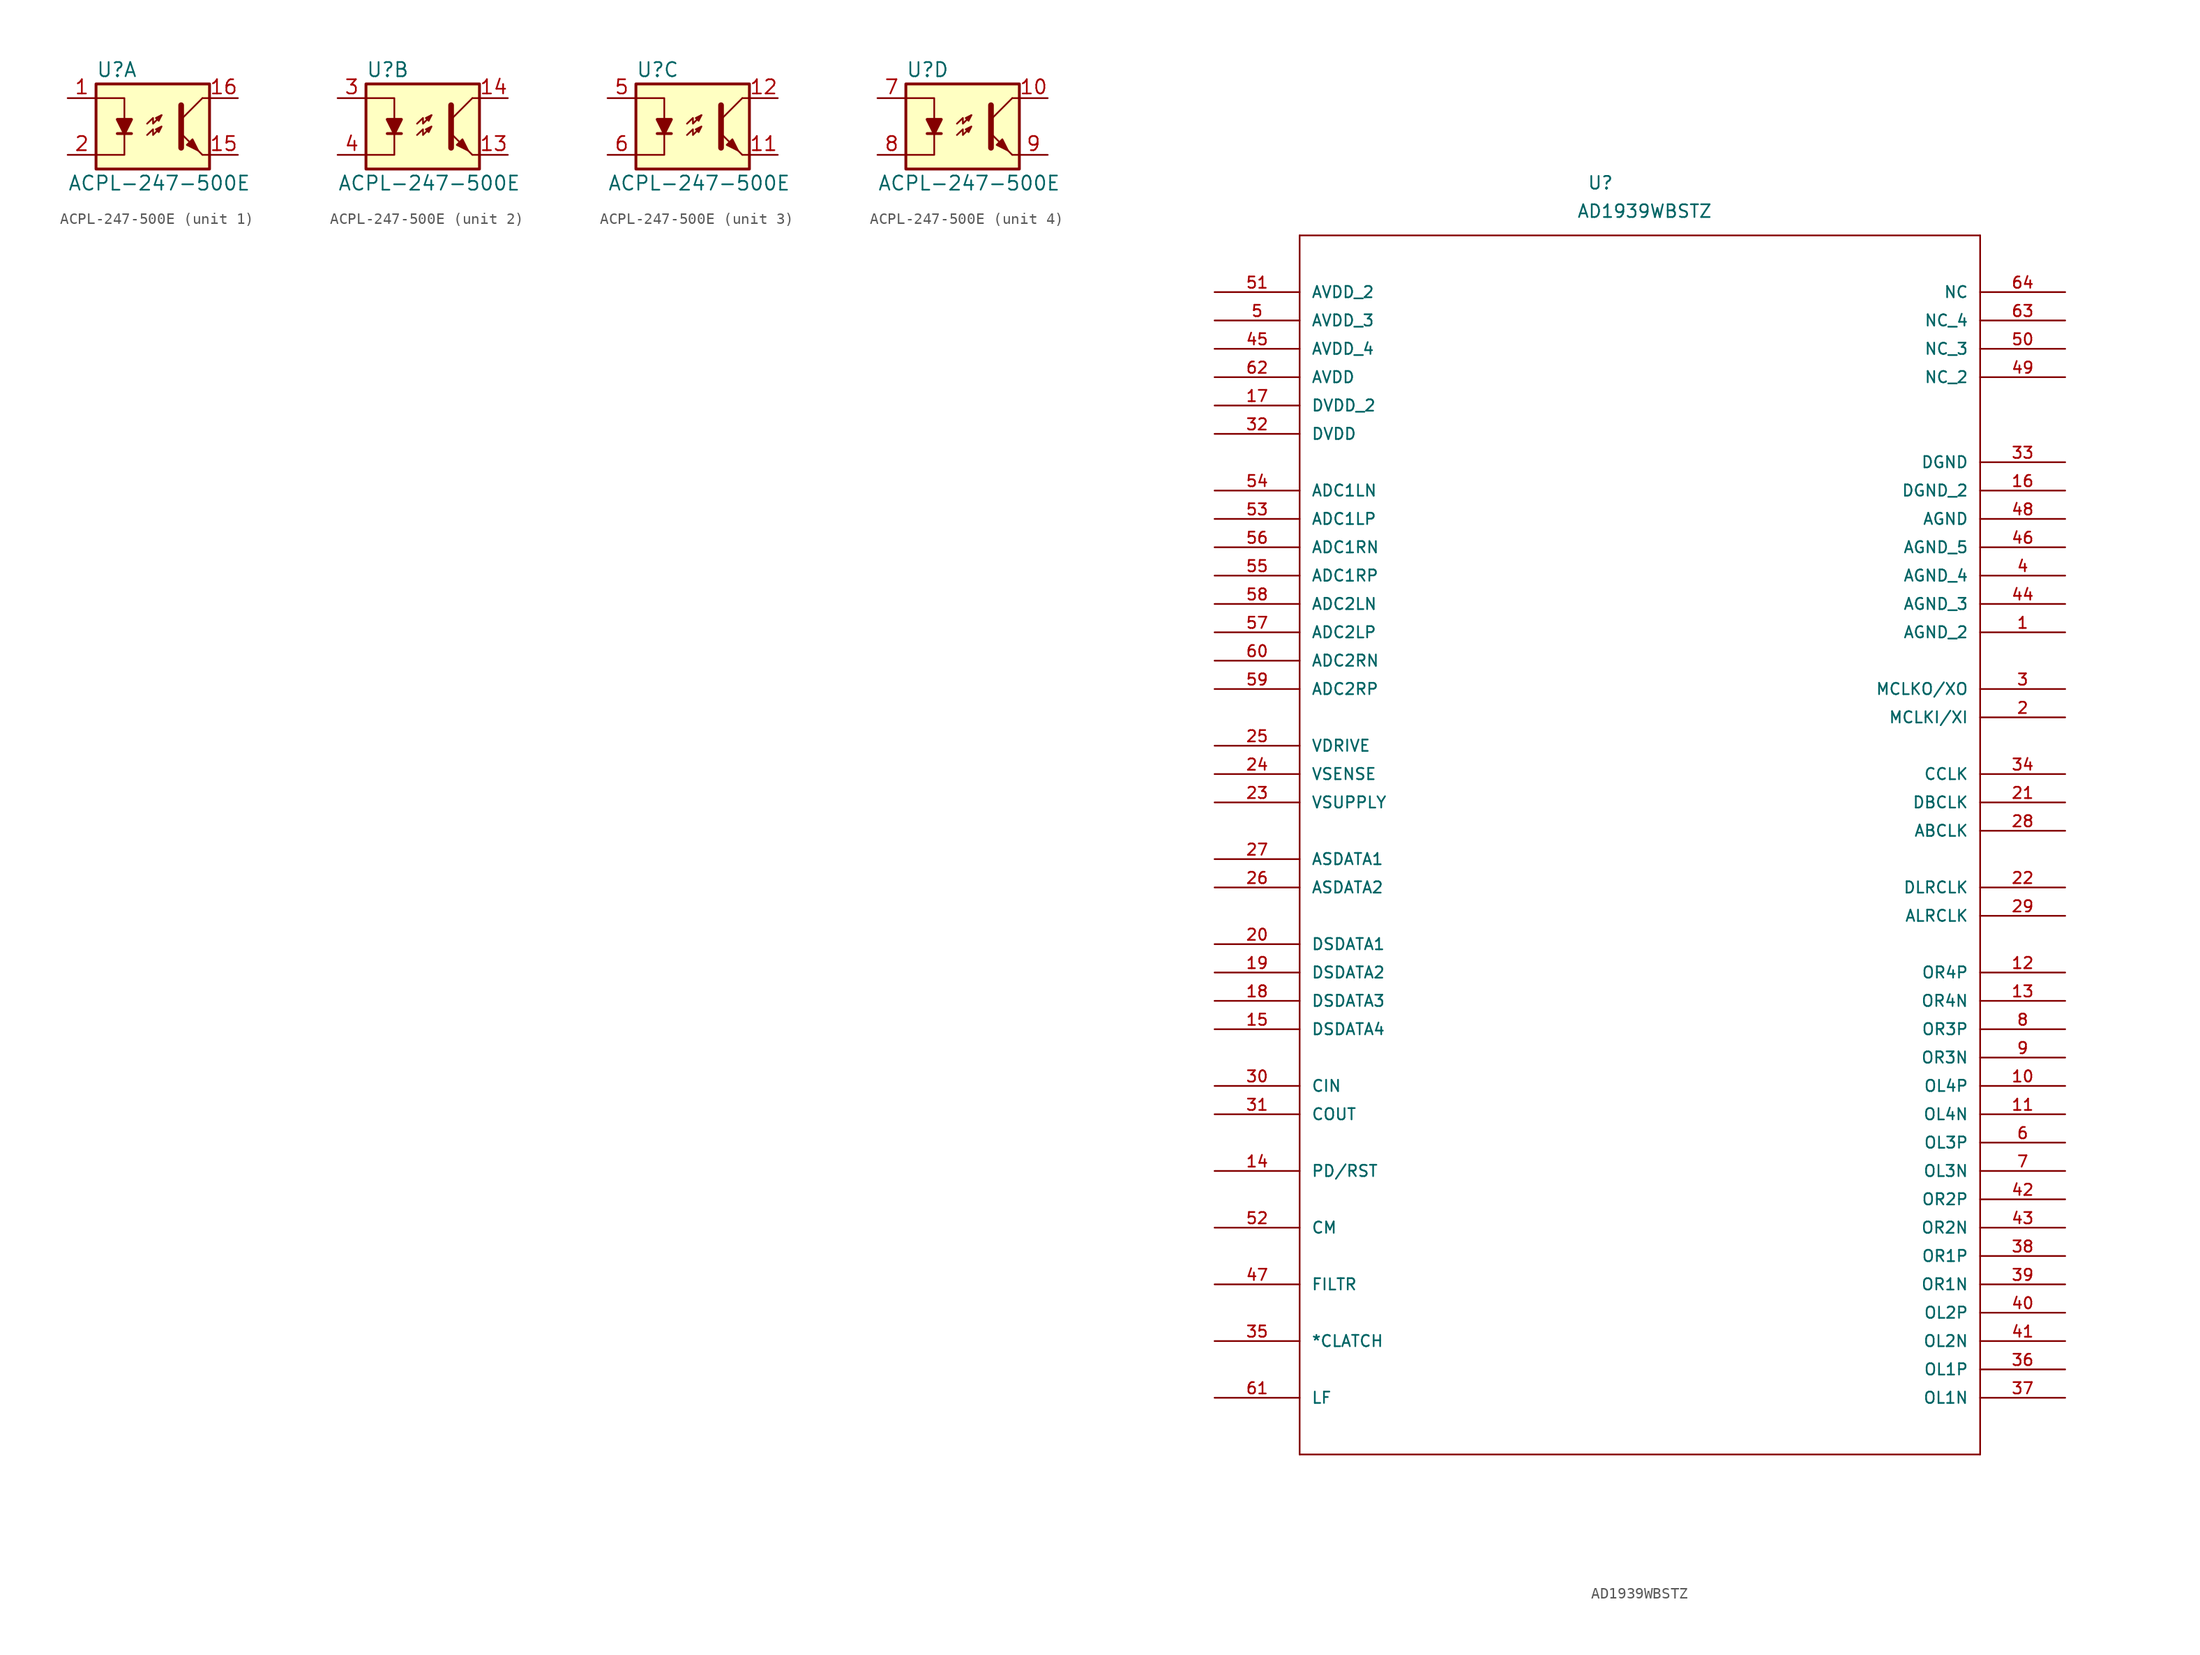
<source format=kicad_sym>
(kicad_symbol_lib
  (version 20211014)
  (generator kicad_symbol_editor)
  (symbol "ACPL-247-500E"
    (pin_names
      (offset 1.016))
    (property "Reference" "U"
      (at -5.08 5.08 0)
      (effects (font (size 1.27 1.27)) (justify left)))
    (property "Value" "ACPL-247-500E"
      (at -7.62 -5.08 0)
      (effects (font (size 1.27 1.27)) (justify left)))
    (property "Footprint" ""
      (at 0 0 0)
      (effects (font (size 1.27 1.27)) (justify left)))
    (property "Datasheet" ""
      (at 0 0 0)
      (effects (font (size 1.27 1.27)) (justify left)))
    (symbol "ACPL-247-500E_0_1"
      (rectangle (start -5.08 3.81) (end 5.08 -3.81) (stroke (width 0.254) (type default) (color 0 0 0 0)) (fill (type background)))
      (polyline (pts (xy -3.175 -0.635) (xy -1.905 -0.635)) (stroke (width 0.254) (type default) (color 0 0 0 0)) (fill (type none)))
      (polyline (pts (xy 2.54 0.635) (xy 4.445 2.54)) (stroke (width 0) (type default) (color 0 0 0 0)) (fill (type none)))
      (polyline (pts (xy 4.445 -2.54) (xy 2.54 -0.635)) (stroke (width 0) (type default) (color 0 0 0 0)) (fill (type outline)))
      (polyline (pts (xy 4.445 -2.54) (xy 5.08 -2.54)) (stroke (width 0) (type default) (color 0 0 0 0)) (fill (type none)))
      (polyline (pts (xy 4.445 2.54) (xy 5.08 2.54)) (stroke (width 0) (type default) (color 0 0 0 0)) (fill (type none)))
      (polyline (pts (xy -5.08 2.54) (xy -2.54 2.54) (xy -2.54 0.635)) (stroke (width 0) (type default) (color 0 0 0 0)) (fill (type none)))
      (polyline (pts (xy -2.54 -0.635) (xy -2.54 -2.54) (xy -5.08 -2.54)) (stroke (width 0) (type default) (color 0 0 0 0)) (fill (type none)))
      (polyline (pts (xy 2.54 1.905) (xy 2.54 -1.905) (xy 2.54 -1.905)) (stroke (width 0.508) (type default) (color 0 0 0 0)) (fill (type none)))
      (polyline (pts (xy -2.54 -0.635) (xy -3.175 0.635) (xy -1.905 0.635) (xy -2.54 -0.635)) (stroke (width 0.254) (type default) (color 0 0 0 0)) (fill (type outline)))
      (polyline (pts (xy -0.508 0.254) (xy 0.025 0.762) (xy 0.025 0.254) (xy 0.787 1.016)) (stroke (width 0) (type default) (color 0 0 0 0)) (fill (type none)))
      (polyline (pts (xy 0.787 1.016) (xy 0.279 0.762) (xy 0.533 0.508) (xy 0.787 1.016)) (stroke (width 0) (type default) (color 0 0 0 0)) (fill (type none)))
      (polyline (pts (xy 3.048 -1.651) (xy 3.556 -1.143) (xy 4.064 -2.159) (xy 3.048 -1.651) (xy 3.048 -1.651)) (stroke (width 0) (type default) (color 0 0 0 0)) (fill (type outline)))
      (polyline (pts (xy -0.508 -0.762) (xy 0.025 -0.254) (xy 0.025 -0.762) (xy 0.787 0) (xy 0.279 -0.254) (xy 0.533 -0.508) (xy 0.787 0)) (stroke (width 0) (type default) (color 0 0 0 0)) (fill (type none))))
    (symbol "ACPL-247-500E_1_1"
      (pin passive line (at -7.62 2.54 0) (length 2.54) (name "~" (effects (font (size 1.27 1.27)))) (number "1" (effects (font (size 1.27 1.27)))))
      (pin passive line (at 7.62 -2.54 180) (length 2.54) (name "~" (effects (font (size 1.27 1.27)))) (number "15" (effects (font (size 1.27 1.27)))))
      (pin passive line (at 7.62 2.54 180) (length 2.54) (name "~" (effects (font (size 1.27 1.27)))) (number "16" (effects (font (size 1.27 1.27)))))
      (pin passive line (at -7.62 -2.54 0) (length 2.54) (name "~" (effects (font (size 1.27 1.27)))) (number "2" (effects (font (size 1.27 1.27))))))
    (symbol "ACPL-247-500E_2_1"
      (pin passive line (at 7.62 -2.54 180) (length 2.54) (name "~" (effects (font (size 1.27 1.27)))) (number "13" (effects (font (size 1.27 1.27)))))
      (pin passive line (at 7.62 2.54 180) (length 2.54) (name "~" (effects (font (size 1.27 1.27)))) (number "14" (effects (font (size 1.27 1.27)))))
      (pin passive line (at -7.62 2.54 0) (length 2.54) (name "~" (effects (font (size 1.27 1.27)))) (number "3" (effects (font (size 1.27 1.27)))))
      (pin passive line (at -7.62 -2.54 0) (length 2.54) (name "~" (effects (font (size 1.27 1.27)))) (number "4" (effects (font (size 1.27 1.27))))))
    (symbol "ACPL-247-500E_3_1"
      (pin passive line (at 7.62 -2.54 180) (length 2.54) (name "~" (effects (font (size 1.27 1.27)))) (number "11" (effects (font (size 1.27 1.27)))))
      (pin passive line (at 7.62 2.54 180) (length 2.54) (name "~" (effects (font (size 1.27 1.27)))) (number "12" (effects (font (size 1.27 1.27)))))
      (pin passive line (at -7.62 2.54 0) (length 2.54) (name "~" (effects (font (size 1.27 1.27)))) (number "5" (effects (font (size 1.27 1.27)))))
      (pin passive line (at -7.62 -2.54 0) (length 2.54) (name "~" (effects (font (size 1.27 1.27)))) (number "6" (effects (font (size 1.27 1.27))))))
    (symbol "ACPL-247-500E_4_1"
      (pin passive line (at 7.62 2.54 180) (length 2.54) (name "~" (effects (font (size 1.27 1.27)))) (number "10" (effects (font (size 1.27 1.27)))))
      (pin passive line (at -7.62 2.54 0) (length 2.54) (name "~" (effects (font (size 1.27 1.27)))) (number "7" (effects (font (size 1.27 1.27)))))
      (pin passive line (at -7.62 -2.54 0) (length 2.54) (name "~" (effects (font (size 1.27 1.27)))) (number "8" (effects (font (size 1.27 1.27)))))
      (pin passive line (at 7.62 -2.54 180) (length 2.54) (name "~" (effects (font (size 1.27 1.27)))) (number "9" (effects (font (size 1.27 1.27)))))))
  (symbol "AD1939WBSTZ"
    (pin_names
      (offset 1.016))
    (property "Reference" "U"
      (at 33.376 9.119 0)
      (effects (font (size 1.143 1.143)) (justify left bottom)))
    (property "Value" "AD1939WBSTZ"
      (at 32.436 6.579 0)
      (effects (font (size 1.143 1.143)) (justify left bottom)))
    (property "ki_locked" ""
      (at 0 0 0)
      (effects (font (size 1.27 1.27))))
    (symbol "AD1939WBSTZ_1_0"
      (polyline (pts (xy 7.62 -104.14) (xy 68.58 -104.14)) (stroke (width 0) (type default) (color 0 0 0 0)) (fill (type none)))
      (polyline (pts (xy 7.62 5.08) (xy 7.62 -104.14)) (stroke (width 0) (type default) (color 0 0 0 0)) (fill (type none)))
      (polyline (pts (xy 68.58 -104.14) (xy 68.58 5.08)) (stroke (width 0) (type default) (color 0 0 0 0)) (fill (type none)))
      (polyline (pts (xy 68.58 5.08) (xy 7.62 5.08)) (stroke (width 0) (type default) (color 0 0 0 0)) (fill (type none))))
    (symbol "AD1939WBSTZ_1_1"
      (pin passive line (at 76.2 -30.48 180) (length 7.62) (name "AGND_2" (effects (font (size 1.016 1.016)))) (number "1" (effects (font (size 1.016 1.016)))))
      (pin passive line (at 76.2 -71.12 180) (length 7.62) (name "OL4P" (effects (font (size 1.016 1.016)))) (number "10" (effects (font (size 1.016 1.016)))))
      (pin passive line (at 76.2 -73.66 180) (length 7.62) (name "OL4N" (effects (font (size 1.016 1.016)))) (number "11" (effects (font (size 1.016 1.016)))))
      (pin passive line (at 76.2 -60.96 180) (length 7.62) (name "OR4P" (effects (font (size 1.016 1.016)))) (number "12" (effects (font (size 1.016 1.016)))))
      (pin passive line (at 76.2 -63.5 180) (length 7.62) (name "OR4N" (effects (font (size 1.016 1.016)))) (number "13" (effects (font (size 1.016 1.016)))))
      (pin passive line (at 0 -78.74 0) (length 7.62) (name "PD/RST" (effects (font (size 1.016 1.016)))) (number "14" (effects (font (size 1.016 1.016)))))
      (pin passive line (at 0 -66.04 0) (length 7.62) (name "DSDATA4" (effects (font (size 1.016 1.016)))) (number "15" (effects (font (size 1.016 1.016)))))
      (pin passive line (at 76.2 -17.78 180) (length 7.62) (name "DGND_2" (effects (font (size 1.016 1.016)))) (number "16" (effects (font (size 1.016 1.016)))))
      (pin passive line (at 0 -10.16 0) (length 7.62) (name "DVDD_2" (effects (font (size 1.016 1.016)))) (number "17" (effects (font (size 1.016 1.016)))))
      (pin passive line (at 0 -63.5 0) (length 7.62) (name "DSDATA3" (effects (font (size 1.016 1.016)))) (number "18" (effects (font (size 1.016 1.016)))))
      (pin passive line (at 0 -60.96 0) (length 7.62) (name "DSDATA2" (effects (font (size 1.016 1.016)))) (number "19" (effects (font (size 1.016 1.016)))))
      (pin passive line (at 76.2 -38.1 180) (length 7.62) (name "MCLKI/XI" (effects (font (size 1.016 1.016)))) (number "2" (effects (font (size 1.016 1.016)))))
      (pin passive line (at 0 -58.42 0) (length 7.62) (name "DSDATA1" (effects (font (size 1.016 1.016)))) (number "20" (effects (font (size 1.016 1.016)))))
      (pin passive line (at 76.2 -45.72 180) (length 7.62) (name "DBCLK" (effects (font (size 1.016 1.016)))) (number "21" (effects (font (size 1.016 1.016)))))
      (pin passive line (at 76.2 -53.34 180) (length 7.62) (name "DLRCLK" (effects (font (size 1.016 1.016)))) (number "22" (effects (font (size 1.016 1.016)))))
      (pin passive line (at 0 -45.72 0) (length 7.62) (name "VSUPPLY" (effects (font (size 1.016 1.016)))) (number "23" (effects (font (size 1.016 1.016)))))
      (pin passive line (at 0 -43.18 0) (length 7.62) (name "VSENSE" (effects (font (size 1.016 1.016)))) (number "24" (effects (font (size 1.016 1.016)))))
      (pin passive line (at 0 -40.64 0) (length 7.62) (name "VDRIVE" (effects (font (size 1.016 1.016)))) (number "25" (effects (font (size 1.016 1.016)))))
      (pin passive line (at 0 -53.34 0) (length 7.62) (name "ASDATA2" (effects (font (size 1.016 1.016)))) (number "26" (effects (font (size 1.016 1.016)))))
      (pin passive line (at 0 -50.8 0) (length 7.62) (name "ASDATA1" (effects (font (size 1.016 1.016)))) (number "27" (effects (font (size 1.016 1.016)))))
      (pin passive line (at 76.2 -48.26 180) (length 7.62) (name "ABCLK" (effects (font (size 1.016 1.016)))) (number "28" (effects (font (size 1.016 1.016)))))
      (pin passive line (at 76.2 -55.88 180) (length 7.62) (name "ALRCLK" (effects (font (size 1.016 1.016)))) (number "29" (effects (font (size 1.016 1.016)))))
      (pin passive line (at 76.2 -35.56 180) (length 7.62) (name "MCLKO/XO" (effects (font (size 1.016 1.016)))) (number "3" (effects (font (size 1.016 1.016)))))
      (pin passive line (at 0 -71.12 0) (length 7.62) (name "CIN" (effects (font (size 1.016 1.016)))) (number "30" (effects (font (size 1.016 1.016)))))
      (pin passive line (at 0 -73.66 0) (length 7.62) (name "COUT" (effects (font (size 1.016 1.016)))) (number "31" (effects (font (size 1.016 1.016)))))
      (pin passive line (at 0 -12.7 0) (length 7.62) (name "DVDD" (effects (font (size 1.016 1.016)))) (number "32" (effects (font (size 1.016 1.016)))))
      (pin passive line (at 76.2 -15.24 180) (length 7.62) (name "DGND" (effects (font (size 1.016 1.016)))) (number "33" (effects (font (size 1.016 1.016)))))
      (pin passive line (at 76.2 -43.18 180) (length 7.62) (name "CCLK" (effects (font (size 1.016 1.016)))) (number "34" (effects (font (size 1.016 1.016)))))
      (pin passive line (at 0 -93.98 0) (length 7.62) (name "*CLATCH" (effects (font (size 1.016 1.016)))) (number "35" (effects (font (size 1.016 1.016)))))
      (pin passive line (at 76.2 -96.52 180) (length 7.62) (name "OL1P" (effects (font (size 1.016 1.016)))) (number "36" (effects (font (size 1.016 1.016)))))
      (pin passive line (at 76.2 -99.06 180) (length 7.62) (name "OL1N" (effects (font (size 1.016 1.016)))) (number "37" (effects (font (size 1.016 1.016)))))
      (pin passive line (at 76.2 -86.36 180) (length 7.62) (name "OR1P" (effects (font (size 1.016 1.016)))) (number "38" (effects (font (size 1.016 1.016)))))
      (pin passive line (at 76.2 -88.9 180) (length 7.62) (name "OR1N" (effects (font (size 1.016 1.016)))) (number "39" (effects (font (size 1.016 1.016)))))
      (pin passive line (at 76.2 -25.4 180) (length 7.62) (name "AGND_4" (effects (font (size 1.016 1.016)))) (number "4" (effects (font (size 1.016 1.016)))))
      (pin passive line (at 76.2 -91.44 180) (length 7.62) (name "OL2P" (effects (font (size 1.016 1.016)))) (number "40" (effects (font (size 1.016 1.016)))))
      (pin passive line (at 76.2 -93.98 180) (length 7.62) (name "OL2N" (effects (font (size 1.016 1.016)))) (number "41" (effects (font (size 1.016 1.016)))))
      (pin passive line (at 76.2 -81.28 180) (length 7.62) (name "OR2P" (effects (font (size 1.016 1.016)))) (number "42" (effects (font (size 1.016 1.016)))))
      (pin passive line (at 76.2 -83.82 180) (length 7.62) (name "OR2N" (effects (font (size 1.016 1.016)))) (number "43" (effects (font (size 1.016 1.016)))))
      (pin passive line (at 76.2 -27.94 180) (length 7.62) (name "AGND_3" (effects (font (size 1.016 1.016)))) (number "44" (effects (font (size 1.016 1.016)))))
      (pin passive line (at 0 -5.08 0) (length 7.62) (name "AVDD_4" (effects (font (size 1.016 1.016)))) (number "45" (effects (font (size 1.016 1.016)))))
      (pin passive line (at 76.2 -22.86 180) (length 7.62) (name "AGND_5" (effects (font (size 1.016 1.016)))) (number "46" (effects (font (size 1.016 1.016)))))
      (pin passive line (at 0 -88.9 0) (length 7.62) (name "FILTR" (effects (font (size 1.016 1.016)))) (number "47" (effects (font (size 1.016 1.016)))))
      (pin passive line (at 76.2 -20.32 180) (length 7.62) (name "AGND" (effects (font (size 1.016 1.016)))) (number "48" (effects (font (size 1.016 1.016)))))
      (pin passive line (at 76.2 -7.62 180) (length 7.62) (name "NC_2" (effects (font (size 1.016 1.016)))) (number "49" (effects (font (size 1.016 1.016)))))
      (pin passive line (at 0 -2.54 0) (length 7.62) (name "AVDD_3" (effects (font (size 1.016 1.016)))) (number "5" (effects (font (size 1.016 1.016)))))
      (pin passive line (at 76.2 -5.08 180) (length 7.62) (name "NC_3" (effects (font (size 1.016 1.016)))) (number "50" (effects (font (size 1.016 1.016)))))
      (pin passive line (at 0 0 0) (length 7.62) (name "AVDD_2" (effects (font (size 1.016 1.016)))) (number "51" (effects (font (size 1.016 1.016)))))
      (pin passive line (at 0 -83.82 0) (length 7.62) (name "CM" (effects (font (size 1.016 1.016)))) (number "52" (effects (font (size 1.016 1.016)))))
      (pin passive line (at 0 -20.32 0) (length 7.62) (name "ADC1LP" (effects (font (size 1.016 1.016)))) (number "53" (effects (font (size 1.016 1.016)))))
      (pin passive line (at 0 -17.78 0) (length 7.62) (name "ADC1LN" (effects (font (size 1.016 1.016)))) (number "54" (effects (font (size 1.016 1.016)))))
      (pin passive line (at 0 -25.4 0) (length 7.62) (name "ADC1RP" (effects (font (size 1.016 1.016)))) (number "55" (effects (font (size 1.016 1.016)))))
      (pin passive line (at 0 -22.86 0) (length 7.62) (name "ADC1RN" (effects (font (size 1.016 1.016)))) (number "56" (effects (font (size 1.016 1.016)))))
      (pin passive line (at 0 -30.48 0) (length 7.62) (name "ADC2LP" (effects (font (size 1.016 1.016)))) (number "57" (effects (font (size 1.016 1.016)))))
      (pin passive line (at 0 -27.94 0) (length 7.62) (name "ADC2LN" (effects (font (size 1.016 1.016)))) (number "58" (effects (font (size 1.016 1.016)))))
      (pin passive line (at 0 -35.56 0) (length 7.62) (name "ADC2RP" (effects (font (size 1.016 1.016)))) (number "59" (effects (font (size 1.016 1.016)))))
      (pin passive line (at 76.2 -76.2 180) (length 7.62) (name "OL3P" (effects (font (size 1.016 1.016)))) (number "6" (effects (font (size 1.016 1.016)))))
      (pin passive line (at 0 -33.02 0) (length 7.62) (name "ADC2RN" (effects (font (size 1.016 1.016)))) (number "60" (effects (font (size 1.016 1.016)))))
      (pin passive line (at 0 -99.06 0) (length 7.62) (name "LF" (effects (font (size 1.016 1.016)))) (number "61" (effects (font (size 1.016 1.016)))))
      (pin passive line (at 0 -7.62 0) (length 7.62) (name "AVDD" (effects (font (size 1.016 1.016)))) (number "62" (effects (font (size 1.016 1.016)))))
      (pin passive line (at 76.2 -2.54 180) (length 7.62) (name "NC_4" (effects (font (size 1.016 1.016)))) (number "63" (effects (font (size 1.016 1.016)))))
      (pin passive line (at 76.2 0 180) (length 7.62) (name "NC" (effects (font (size 1.016 1.016)))) (number "64" (effects (font (size 1.016 1.016)))))
      (pin passive line (at 76.2 -78.74 180) (length 7.62) (name "OL3N" (effects (font (size 1.016 1.016)))) (number "7" (effects (font (size 1.016 1.016)))))
      (pin passive line (at 76.2 -66.04 180) (length 7.62) (name "OR3P" (effects (font (size 1.016 1.016)))) (number "8" (effects (font (size 1.016 1.016)))))
      (pin passive line (at 76.2 -68.58 180) (length 7.62) (name "OR3N" (effects (font (size 1.016 1.016)))) (number "9" (effects (font (size 1.016 1.016))))))))
</source>
